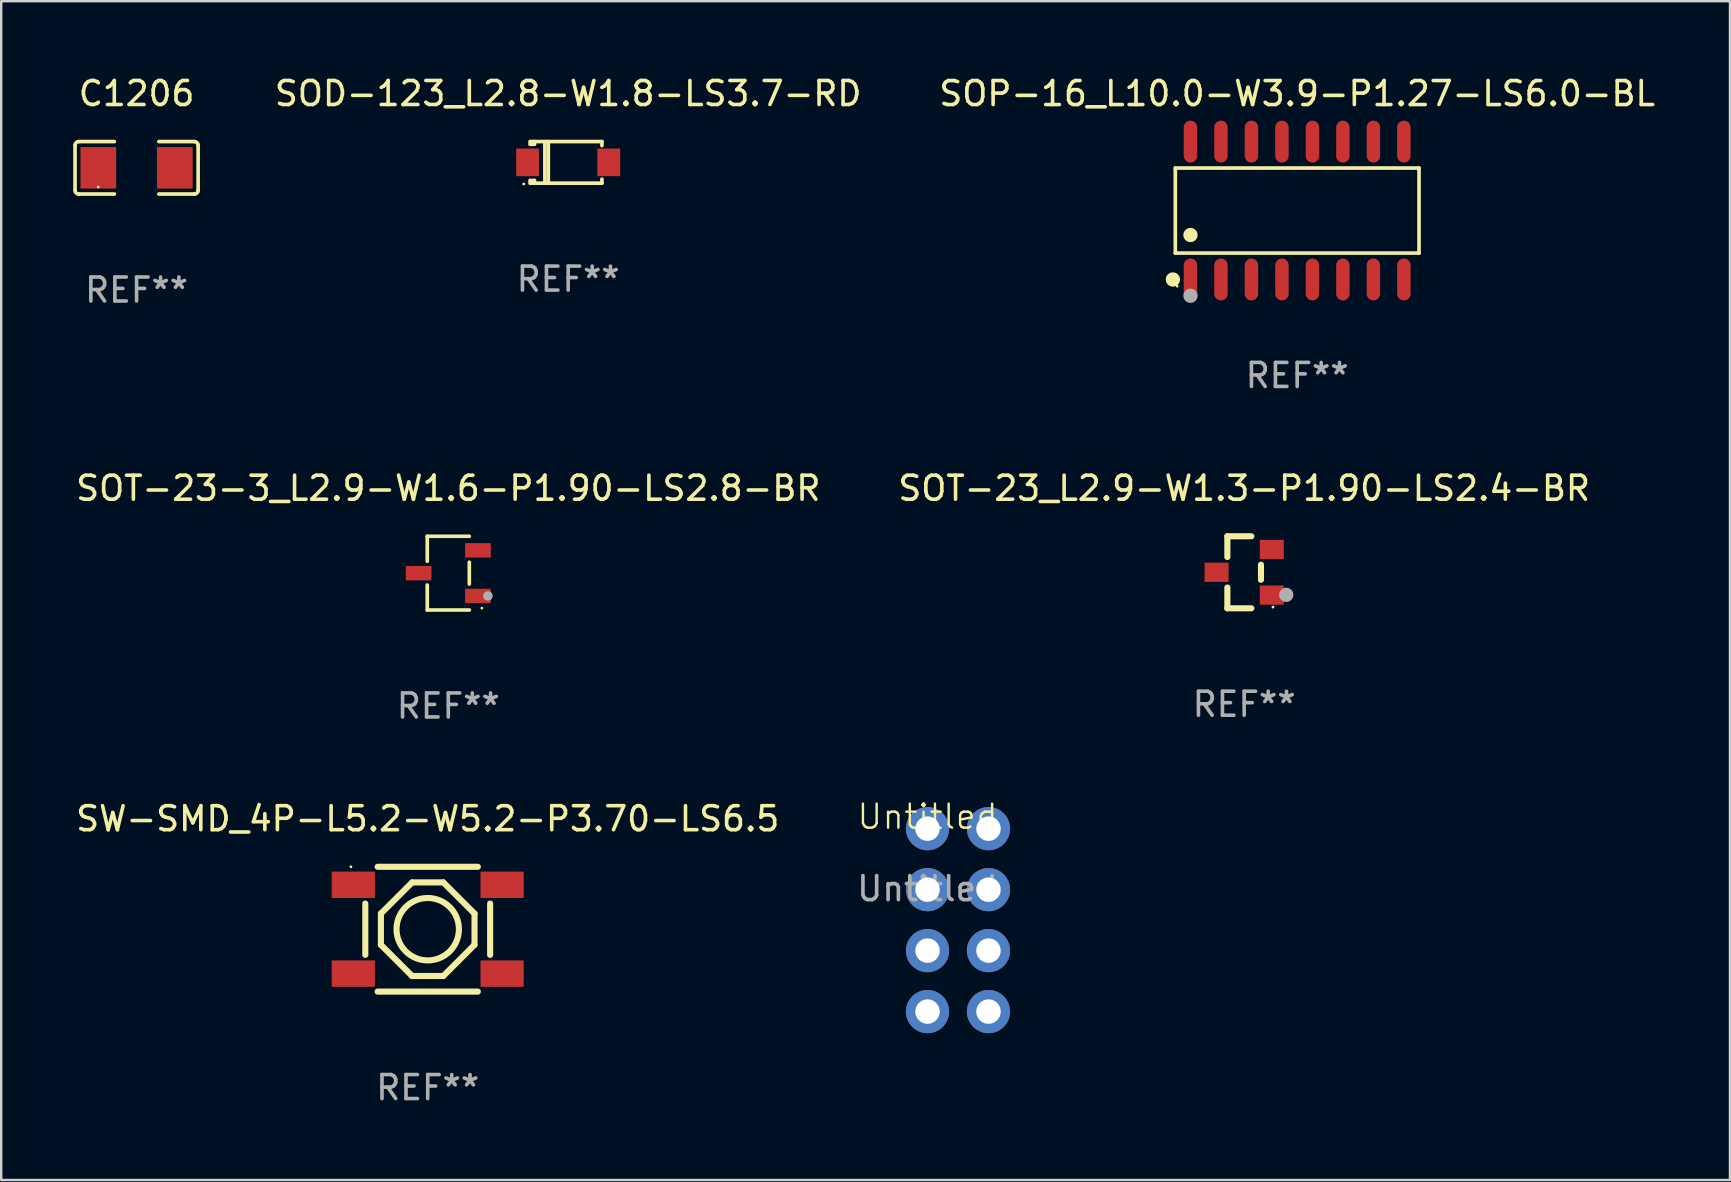
<source format=kicad_pcb>
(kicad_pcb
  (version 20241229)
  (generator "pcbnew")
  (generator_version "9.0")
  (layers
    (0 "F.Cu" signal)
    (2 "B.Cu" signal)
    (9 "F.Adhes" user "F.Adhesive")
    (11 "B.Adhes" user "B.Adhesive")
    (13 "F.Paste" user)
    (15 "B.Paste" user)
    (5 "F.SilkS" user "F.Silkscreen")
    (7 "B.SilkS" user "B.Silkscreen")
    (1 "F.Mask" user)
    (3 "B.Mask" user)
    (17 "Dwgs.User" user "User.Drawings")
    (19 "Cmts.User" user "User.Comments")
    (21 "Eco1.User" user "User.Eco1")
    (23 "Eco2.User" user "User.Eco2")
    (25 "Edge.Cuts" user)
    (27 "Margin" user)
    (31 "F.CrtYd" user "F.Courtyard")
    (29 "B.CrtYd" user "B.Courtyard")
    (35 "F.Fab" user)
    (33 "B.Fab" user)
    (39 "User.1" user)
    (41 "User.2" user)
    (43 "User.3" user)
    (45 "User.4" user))
  (footprint "Untitled"
    (layer "F.Cu")
    (at 35.589 31.471)
    (property "Reference" "Untitled" (at 0 -0.5 0) (unlocked yes) (layer "F.SilkS") (effects (font (size 1 1) (thickness 0.1))))
    (attr smd)
    (fp_text user "${REFERENCE}" (at 0 2.5 0) (unlocked yes) (layer "F.Fab") (effects (font (size 1 1) (thickness 0.15))))
    (pad "1" thru_hole circle (at 0 0) (size 1.8 1.8) (drill 1.02) (layers "*.Cu" "*.Mask"))
    (pad "2" thru_hole circle (at 2.54 0) (size 1.8 1.8) (drill 1.02) (layers "*.Cu" "*.Mask"))
    (pad "3" thru_hole circle (at 0 2.54) (size 1.8 1.8) (drill 1.02) (layers "*.Cu" "*.Mask"))
    (pad "4" thru_hole circle (at 2.54 2.54) (size 1.8 1.8) (drill 1.02) (layers "*.Cu" "*.Mask"))
    (pad "5" thru_hole circle (at 0 5.08) (size 1.8 1.8) (drill 1.02) (layers "*.Cu" "*.Mask"))
    (pad "6" thru_hole circle (at 2.54 5.08) (size 1.8 1.8) (drill 1.02) (layers "*.Cu" "*.Mask"))
    (pad "7" thru_hole circle (at 0 7.62) (size 1.8 1.8) (drill 1.02) (layers "*.Cu" "*.Mask"))
    (pad "8" thru_hole circle (at 2.54 7.62) (size 1.8 1.8) (drill 1.02) (layers "*.Cu" "*.Mask")))
  (footprint "SW-SMD_4P-L5.2-W5.2-P3.70-LS6.5"
    (layer "F.Cu")
    (at 14.768 35.659)
    (property "Reference" "SW-SMD_4P-L5.2-W5.2-P3.70-LS6.5" (at 0 -4.6 0) (layer "F.SilkS") (effects (font (size 1 1) (thickness 0.15))))
    (attr smd)
    (fp_line (start -2.6 1.069) (end -2.6 -1.069) (stroke (width 0.254) (type solid)) (layer "F.SilkS"))
    (fp_line (start -2.087 -2.6) (end 2.087 -2.6) (stroke (width 0.254) (type solid)) (layer "F.SilkS"))
    (fp_line (start -1.95 -0.65) (end -0.65 -1.95) (stroke (width 0.254) (type solid)) (layer "F.SilkS"))
    (fp_line (start -1.95 0.65) (end -1.95 -0.65) (stroke (width 0.254) (type solid)) (layer "F.SilkS"))
    (fp_line (start -0.65 -1.95) (end 0.65 -1.95) (stroke (width 0.254) (type solid)) (layer "F.SilkS"))
    (fp_line (start -0.65 1.95) (end -1.95 0.65) (stroke (width 0.254) (type solid)) (layer "F.SilkS"))
    (fp_line (start 0.65 -1.95) (end 1.95 -0.65) (stroke (width 0.254) (type solid)) (layer "F.SilkS"))
    (fp_line (start 0.65 1.95) (end -0.65 1.95) (stroke (width 0.254) (type solid)) (layer "F.SilkS"))
    (fp_line (start 1.95 -0.65) (end 1.95 0.65) (stroke (width 0.254) (type solid)) (layer "F.SilkS"))
    (fp_line (start 1.95 0.65) (end 0.65 1.95) (stroke (width 0.254) (type solid)) (layer "F.SilkS"))
    (fp_line (start 2.087 2.6) (end -2.087 2.6) (stroke (width 0.254) (type solid)) (layer "F.SilkS"))
    (fp_line (start 2.6 -1.069) (end 2.6 1.069) (stroke (width 0.254) (type solid)) (layer "F.SilkS"))
    (fp_circle (center -3.2 -2.6) (end -3.17 -2.6) (stroke (width 0.06) (type solid)) (fill no) (layer "F.SilkS"))
    (fp_circle (center 0 -0.000127) (end 1.3 -0.000127) (stroke (width 0.254) (type solid)) (fill no) (layer "F.SilkS"))
    (fp_text user "REF**" (at 0 6.6 0) (layer "F.Fab") (effects (font (size 1 1) (thickness 0.15))))
    (pad "1" smd rect (at -3.1 -1.85) (size 1.8 1.1) (layers "F.Cu" "F.Mask" "F.Paste"))
    (pad "2" smd rect (at 3.1 -1.85) (size 1.8 1.1) (layers "F.Cu" "F.Mask" "F.Paste"))
    (pad "3" smd rect (at -3.1 1.85) (size 1.8 1.1) (layers "F.Cu" "F.Mask" "F.Paste"))
    (pad "4" smd rect (at 3.1 1.85) (size 1.8 1.1) (layers "F.Cu" "F.Mask" "F.Paste")))
  (footprint "SOD-123_L2.8-W1.8-LS3.7-RD"
    (layer "F.Cu")
    (at 20.619 3.714)
    (property "Reference" "SOD-123_L2.8-W1.8-LS3.7-RD" (at 0 -2.866 0) (layer "F.SilkS") (effects (font (size 1 1) (thickness 0.15))))
    (attr smd)
    (fp_line (start -1.58 -0.866) (end -1.406 -0.866) (stroke (width 0.152) (type solid)) (layer "F.SilkS"))
    (fp_line (start -1.58 -0.755) (end -1.58 -0.866) (stroke (width 0.152) (type solid)) (layer "F.SilkS"))
    (fp_line (start -1.58 -0.755) (end -1.406 -0.755) (stroke (width 0.152) (type solid)) (layer "F.SilkS"))
    (fp_line (start -1.58 0.755) (end -1.406 0.755) (stroke (width 0.152) (type solid)) (layer "F.SilkS"))
    (fp_line (start -1.58 0.866) (end -1.58 0.755) (stroke (width 0.152) (type solid)) (layer "F.SilkS"))
    (fp_line (start -1.406 -0.866) (end -1.406 -0.755) (stroke (width 0.152) (type solid)) (layer "F.SilkS"))
    (fp_line (start -1.406 -0.866) (end 1.406 -0.866) (stroke (width 0.152) (type solid)) (layer "F.SilkS"))
    (fp_line (start -1.406 0.755) (end -1.406 0.866) (stroke (width 0.152) (type solid)) (layer "F.SilkS"))
    (fp_line (start -1.406 0.866) (end -1.58 0.866) (stroke (width 0.152) (type solid)) (layer "F.SilkS"))
    (fp_line (start -1.406 0.866) (end 1.406 0.866) (stroke (width 0.152) (type solid)) (layer "F.SilkS"))
    (fp_line (start -0.97 -0.866) (end -0.97 0.866) (stroke (width 0.152) (type solid)) (layer "F.SilkS"))
    (fp_line (start -0.827 -0.866) (end -0.827 0.866) (stroke (width 0.152) (type solid)) (layer "F.SilkS"))
    (fp_line (start 1.406 -0.866) (end 1.406 -0.698) (stroke (width 0.152) (type solid)) (layer "F.SilkS"))
    (fp_line (start 1.406 0.866) (end 1.406 0.698) (stroke (width 0.152) (type solid)) (layer "F.SilkS"))
    (fp_circle (center -1.85 0.9) (end -1.82 0.9) (stroke (width 0.06) (type solid)) (fill no) (layer "F.SilkS"))
    (fp_text user "REF**" (at 0 4.866 0) (layer "F.Fab") (effects (font (size 1 1) (thickness 0.15))))
    (pad "1" smd rect (at -1.692 0) (size 0.95 1.15) (layers "F.Cu" "F.Mask" "F.Paste"))
    (pad "2" smd rect (at 1.692 0) (size 0.95 1.15) (layers "F.Cu" "F.Mask" "F.Paste")))
  (footprint "SOP-16_L10.0-W3.9-P1.27-LS6.0-BL"
    (layer "F.Cu")
    (at 50.988 5.721)
    (property "Reference" "SOP-16_L10.0-W3.9-P1.27-LS6.0-BL" (at 0 -4.872 0) (layer "F.SilkS") (effects (font (size 1 1) (thickness 0.15))))
    (attr smd)
    (fp_line (start -5.076 -1.771) (end 5.076 -1.771) (stroke (width 0.152) (type solid)) (layer "F.SilkS"))
    (fp_line (start -5.076 1.771) (end -5.076 -1.771) (stroke (width 0.152) (type solid)) (layer "F.SilkS"))
    (fp_line (start 5.076 -1.771) (end 5.076 1.771) (stroke (width 0.152) (type solid)) (layer "F.SilkS"))
    (fp_line (start 5.076 1.771) (end -5.076 1.771) (stroke (width 0.152) (type solid)) (layer "F.SilkS"))
    (fp_circle (center -5.177 2.872) (end -5.027 2.872) (stroke (width 0.3) (type solid)) (fill no) (layer "F.SilkS"))
    (fp_circle (center -5 3.15) (end -4.97 3.15) (stroke (width 0.06) (type solid)) (fill no) (layer "F.SilkS"))
    (fp_circle (center -4.445 1.019) (end -4.295 1.019) (stroke (width 0.3) (type solid)) (fill no) (layer "F.SilkS"))
    (fp_circle (center -4.445 3.55) (end -4.295 3.55) (stroke (width 0.3) (type solid)) (fill no) (layer "F.Fab"))
    (fp_text user "REF**" (at 0 6.872 0) (layer "F.Fab") (effects (font (size 1 1) (thickness 0.15))))
    (pad "1" smd oval (at -4.445 2.872) (size 0.56 1.745) (layers "F.Cu" "F.Mask" "F.Paste"))
    (pad "2" smd oval (at -3.175 2.872) (size 0.56 1.745) (layers "F.Cu" "F.Mask" "F.Paste"))
    (pad "3" smd oval (at -1.905 2.872) (size 0.56 1.745) (layers "F.Cu" "F.Mask" "F.Paste"))
    (pad "4" smd oval (at -0.635 2.872) (size 0.56 1.745) (layers "F.Cu" "F.Mask" "F.Paste"))
    (pad "5" smd oval (at 0.635 2.872) (size 0.56 1.745) (layers "F.Cu" "F.Mask" "F.Paste"))
    (pad "6" smd oval (at 1.905 2.872) (size 0.56 1.745) (layers "F.Cu" "F.Mask" "F.Paste"))
    (pad "7" smd oval (at 3.175 2.872) (size 0.56 1.745) (layers "F.Cu" "F.Mask" "F.Paste"))
    (pad "8" smd oval (at 4.445 2.872) (size 0.56 1.745) (layers "F.Cu" "F.Mask" "F.Paste"))
    (pad "9" smd oval (at 4.445 -2.872) (size 0.56 1.745) (layers "F.Cu" "F.Mask" "F.Paste"))
    (pad "10" smd oval (at 3.175 -2.872) (size 0.56 1.745) (layers "F.Cu" "F.Mask" "F.Paste"))
    (pad "11" smd oval (at 1.905 -2.872) (size 0.56 1.745) (layers "F.Cu" "F.Mask" "F.Paste"))
    (pad "12" smd oval (at 0.635 -2.872) (size 0.56 1.745) (layers "F.Cu" "F.Mask" "F.Paste"))
    (pad "13" smd oval (at -0.635 -2.872) (size 0.56 1.745) (layers "F.Cu" "F.Mask" "F.Paste"))
    (pad "14" smd oval (at -1.905 -2.872) (size 0.56 1.745) (layers "F.Cu" "F.Mask" "F.Paste"))
    (pad "15" smd oval (at -3.175 -2.872) (size 0.56 1.745) (layers "F.Cu" "F.Mask" "F.Paste"))
    (pad "16" smd oval (at -4.445 -2.872) (size 0.56 1.745) (layers "F.Cu" "F.Mask" "F.Paste")))
  (footprint "SOT-23-3_L2.9-W1.6-P1.90-LS2.8-BR"
    (layer "F.Cu")
    (at 15.625 20.826)
    (property "Reference" "SOT-23-3_L2.9-W1.6-P1.90-LS2.8-BR" (at 0 -3.536 0) (layer "F.SilkS") (effects (font (size 1 1) (thickness 0.15))))
    (attr smd)
    (fp_line (start -0.876 -1.536) (end -0.876 -0.495) (stroke (width 0.152) (type solid)) (layer "F.SilkS"))
    (fp_line (start -0.876 1.536) (end -0.876 0.495) (stroke (width 0.152) (type solid)) (layer "F.SilkS"))
    (fp_line (start 0.876 -1.536) (end -0.876 -1.536) (stroke (width 0.152) (type solid)) (layer "F.SilkS"))
    (fp_line (start 0.876 -0.455) (end 0.876 0.455) (stroke (width 0.152) (type solid)) (layer "F.SilkS"))
    (fp_line (start 0.876 1.536) (end -0.876 1.536) (stroke (width 0.152) (type solid)) (layer "F.SilkS"))
    (fp_circle (center 1.4 1.46) (end 1.43 1.46) (stroke (width 0.06) (type solid)) (fill no) (layer "F.SilkS"))
    (fp_circle (center 1.651 0.95) (end 1.751 0.95) (stroke (width 0.2) (type solid)) (fill no) (layer "F.Fab"))
    (fp_text user "REF**" (at 0 5.536 0) (layer "F.Fab") (effects (font (size 1 1) (thickness 0.15))))
    (pad "1" smd rect (at 1.235 0.95) (size 1.07 0.6) (layers "F.Cu" "F.Mask" "F.Paste"))
    (pad "2" smd rect (at 1.235 -0.95) (size 1.07 0.6) (layers "F.Cu" "F.Mask" "F.Paste"))
    (pad "3" smd rect (at -1.235 0) (size 1.07 0.6) (layers "F.Cu" "F.Mask" "F.Paste")))
  (footprint "C1206"
    (layer "F.Cu")
    (at 2.64 3.941)
    (property "Reference" "C1206" (at 0 -3.093 0) (layer "F.SilkS") (effects (font (size 1 1) (thickness 0.15))))
    (attr smd)
    (fp_line (start -2.564 0.94) (end -2.564 -0.94) (stroke (width 0.152) (type solid)) (layer "F.SilkS"))
    (fp_line (start -2.411 -1.093) (end -0.926 -1.093) (stroke (width 0.152) (type solid)) (layer "F.SilkS"))
    (fp_line (start -0.926 1.093) (end -2.411 1.093) (stroke (width 0.152) (type solid)) (layer "F.SilkS"))
    (fp_line (start 0.926 1.093) (end 2.411 1.093) (stroke (width 0.152) (type solid)) (layer "F.SilkS"))
    (fp_line (start 2.411 -1.093) (end 0.926 -1.093) (stroke (width 0.152) (type solid)) (layer "F.SilkS"))
    (fp_line (start 2.564 0.94) (end 2.564 -0.94) (stroke (width 0.152) (type solid)) (layer "F.SilkS"))
    (fp_arc (start -2.563602 -0.940208) (mid -2.518965 -1.047972) (end -2.411201 -1.092609) (stroke (width 0.1524) (type solid)) (layer "F.SilkS"))
    (fp_arc (start -2.411201 1.092609) (mid -2.518965 1.047972) (end -2.563602 0.940208) (stroke (width 0.1524) (type solid)) (layer "F.SilkS"))
    (fp_arc (start 2.411201 -1.092609) (mid 2.518965 -1.047972) (end 2.563602 -0.940208) (stroke (width 0.1524) (type solid)) (layer "F.SilkS"))
    (fp_arc (start 2.563602 0.940208) (mid 2.518965 1.047972) (end 2.411201 1.092609) (stroke (width 0.1524) (type solid)) (layer "F.SilkS"))
    (fp_circle (center -1.6 0.8) (end -1.57 0.8) (stroke (width 0.06) (type solid)) (fill no) (layer "F.SilkS"))
    (fp_text user "REF**" (at 0 5.093 0) (layer "F.Fab") (effects (font (size 1 1) (thickness 0.15))))
    (pad "1" smd rect (at -1.593 0) (size 1.485 1.728) (layers "F.Cu" "F.Mask" "F.Paste"))
    (pad "2" smd rect (at 1.593 0) (size 1.485 1.728) (layers "F.Cu" "F.Mask" "F.Paste")))
  (footprint "SOT-23_L2.9-W1.3-P1.90-LS2.4-BR"
    (layer "F.Cu")
    (at 48.78 20.79)
    (property "Reference" "SOT-23_L2.9-W1.3-P1.90-LS2.4-BR" (at 0 -3.5 0) (layer "F.SilkS") (effects (font (size 1 1) (thickness 0.15))))
    (attr smd)
    (fp_line (start -0.7 -1.5) (end 0.3 -1.5) (stroke (width 0.254) (type solid)) (layer "F.SilkS"))
    (fp_line (start -0.7 -0.636) (end -0.7 -1.5) (stroke (width 0.254) (type solid)) (layer "F.SilkS"))
    (fp_line (start -0.7 1.5) (end -0.7 0.636) (stroke (width 0.254) (type solid)) (layer "F.SilkS"))
    (fp_line (start -0.7 1.5) (end 0.3 1.5) (stroke (width 0.254) (type solid)) (layer "F.SilkS"))
    (fp_line (start 0.7 0.314) (end 0.7 -0.314) (stroke (width 0.254) (type solid)) (layer "F.SilkS"))
    (fp_circle (center 1.2 1.45) (end 1.23 1.45) (stroke (width 0.06) (type solid)) (fill no) (layer "F.SilkS"))
    (fp_circle (center 1.753 0.94) (end 1.903 0.94) (stroke (width 0.3) (type solid)) (fill no) (layer "F.Fab"))
    (fp_text user "REF**" (at 0 5.5 0) (layer "F.Fab") (effects (font (size 1 1) (thickness 0.15))))
    (pad "1" smd rect (at 1.15 0.95 180) (size 1 0.8) (layers "F.Cu" "F.Mask" "F.Paste"))
    (pad "2" smd rect (at 1.15 -0.95 180) (size 1 0.8) (layers "F.Cu" "F.Mask" "F.Paste"))
    (pad "3" smd rect (at -1.15 -0.000051 180) (size 1 0.8) (layers "F.Cu" "F.Mask" "F.Paste")))
  (gr_rect
    (start -3 -3)
    (end 69.018 46.107)
    (stroke (width 0.1) (type default))
    (fill no)
    (layer "Edge.Cuts")))
</source>
